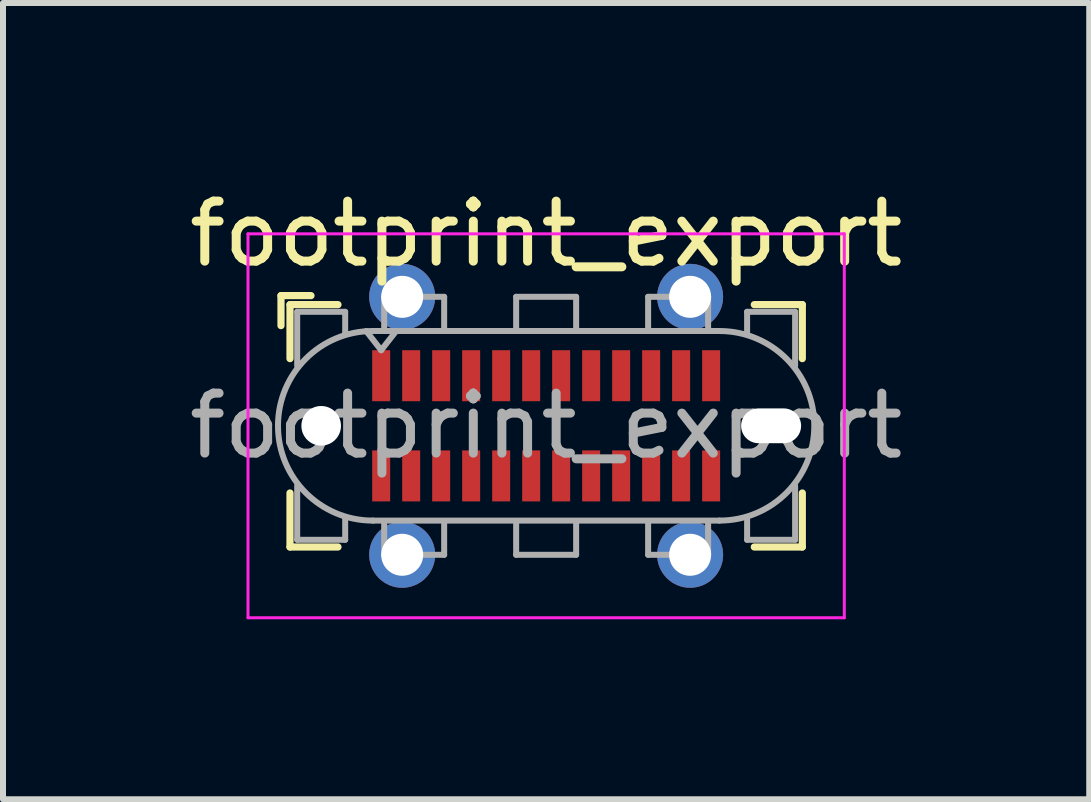
<source format=kicad_pcb>
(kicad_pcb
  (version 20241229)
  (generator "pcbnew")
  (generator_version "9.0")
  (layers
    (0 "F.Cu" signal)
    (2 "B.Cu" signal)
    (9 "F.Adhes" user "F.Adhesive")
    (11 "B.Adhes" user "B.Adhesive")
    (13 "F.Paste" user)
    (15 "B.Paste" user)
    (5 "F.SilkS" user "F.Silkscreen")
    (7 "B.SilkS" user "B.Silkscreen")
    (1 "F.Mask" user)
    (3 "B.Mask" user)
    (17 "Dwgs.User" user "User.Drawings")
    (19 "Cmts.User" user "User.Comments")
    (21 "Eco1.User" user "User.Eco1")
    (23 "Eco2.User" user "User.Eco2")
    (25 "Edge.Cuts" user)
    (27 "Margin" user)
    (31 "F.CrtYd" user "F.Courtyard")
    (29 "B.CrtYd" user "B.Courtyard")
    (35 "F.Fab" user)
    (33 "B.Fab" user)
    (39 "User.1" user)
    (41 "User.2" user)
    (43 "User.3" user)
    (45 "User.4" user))
  (footprint "footprint_export"
    (layer "F.Cu")
    (at 6.054 4.048)
    (property "Reference" "footprint_export" (at 0 -3.2 0) (layer "F.SilkS") (effects (font (size 1 1) (thickness 0.15))))
    (attr smd)
    (fp_line (start -4.42 -2.17) (end -4.42 -1.67) (stroke (width 0.12) (type solid)) (layer "F.SilkS"))
    (fp_line (start -4.42 -2.17) (end -3.92 -2.17) (stroke (width 0.12) (type solid)) (layer "F.SilkS"))
    (fp_line (start -4.27 -2.02) (end -4.27 -1.12) (stroke (width 0.12) (type solid)) (layer "F.SilkS"))
    (fp_line (start -4.27 -2.02) (end -3.47 -2.02) (stroke (width 0.12) (type solid)) (layer "F.SilkS"))
    (fp_line (start -4.27 2.02) (end -4.27 1.12) (stroke (width 0.12) (type solid)) (layer "F.SilkS"))
    (fp_line (start -4.27 2.02) (end -3.47 2.02) (stroke (width 0.12) (type solid)) (layer "F.SilkS"))
    (fp_line (start 4.27 -2.02) (end 3.47 -2.02) (stroke (width 0.12) (type solid)) (layer "F.SilkS"))
    (fp_line (start 4.27 -2.02) (end 4.27 -1.12) (stroke (width 0.12) (type solid)) (layer "F.SilkS"))
    (fp_line (start 4.27 2.02) (end 3.47 2.02) (stroke (width 0.12) (type solid)) (layer "F.SilkS"))
    (fp_line (start 4.27 2.02) (end 4.27 1.12) (stroke (width 0.12) (type solid)) (layer "F.SilkS"))
    (fp_line (start -4.97 -3.2) (end -4.97 3.2) (stroke (width 0.05) (type solid)) (layer "F.CrtYd"))
    (fp_line (start -4.97 3.2) (end 4.97 3.2) (stroke (width 0.05) (type solid)) (layer "F.CrtYd"))
    (fp_line (start 4.97 -3.2) (end -4.97 -3.2) (stroke (width 0.05) (type solid)) (layer "F.CrtYd"))
    (fp_line (start 4.97 3.2) (end 4.97 -3.2) (stroke (width 0.05) (type solid)) (layer "F.CrtYd"))
    (fp_line (start -4.15 -1.9) (end -4.15 -1) (stroke (width 0.1) (type solid)) (layer "F.Fab"))
    (fp_line (start -4.15 -1.9) (end -3.35 -1.9) (stroke (width 0.1) (type solid)) (layer "F.Fab"))
    (fp_line (start -4.15 1.9) (end -4.15 1) (stroke (width 0.1) (type solid)) (layer "F.Fab"))
    (fp_line (start -4.15 1.9) (end -3.35 1.9) (stroke (width 0.1) (type solid)) (layer "F.Fab"))
    (fp_line (start -3.35 -1.9) (end -3.35 -1.55) (stroke (width 0.1) (type solid)) (layer "F.Fab"))
    (fp_line (start -3.35 1.9) (end -3.35 1.55) (stroke (width 0.1) (type solid)) (layer "F.Fab"))
    (fp_line (start -2.89 1.58) (end 2.89 1.58) (stroke (width 0.1) (type solid)) (layer "F.Fab"))
    (fp_line (start -2.75 -1.26) (end -3 -1.58) (stroke (width 0.1) (type solid)) (layer "F.Fab"))
    (fp_line (start -2.7 -2.15) (end -1.7 -2.15) (stroke (width 0.1) (type solid)) (layer "F.Fab"))
    (fp_line (start -2.7 -1.6) (end -2.7 -2.15) (stroke (width 0.1) (type solid)) (layer "F.Fab"))
    (fp_line (start -2.7 1.6) (end -2.7 2.15) (stroke (width 0.1) (type solid)) (layer "F.Fab"))
    (fp_line (start -2.7 2.15) (end -1.7 2.15) (stroke (width 0.1) (type solid)) (layer "F.Fab"))
    (fp_line (start -2.5 -1.58) (end -2.75 -1.26) (stroke (width 0.1) (type solid)) (layer "F.Fab"))
    (fp_line (start -1.7 -2.15) (end -1.7 -1.6) (stroke (width 0.1) (type solid)) (layer "F.Fab"))
    (fp_line (start -1.7 2.15) (end -1.7 1.6) (stroke (width 0.1) (type solid)) (layer "F.Fab"))
    (fp_line (start -0.5 -2.15) (end 0.5 -2.15) (stroke (width 0.1) (type solid)) (layer "F.Fab"))
    (fp_line (start -0.5 -1.6) (end -0.5 -2.15) (stroke (width 0.1) (type solid)) (layer "F.Fab"))
    (fp_line (start -0.5 2.15) (end -0.5 1.6) (stroke (width 0.1) (type solid)) (layer "F.Fab"))
    (fp_line (start 0.5 -2.15) (end 0.5 -1.6) (stroke (width 0.1) (type solid)) (layer "F.Fab"))
    (fp_line (start 0.5 1.6) (end 0.5 2.15) (stroke (width 0.1) (type solid)) (layer "F.Fab"))
    (fp_line (start 0.5 2.15) (end -0.5 2.15) (stroke (width 0.1) (type solid)) (layer "F.Fab"))
    (fp_line (start 1.7 -2.15) (end 1.7 -1.6) (stroke (width 0.1) (type solid)) (layer "F.Fab"))
    (fp_line (start 1.7 2.15) (end 1.7 1.6) (stroke (width 0.1) (type solid)) (layer "F.Fab"))
    (fp_line (start 2.7 -2.15) (end 1.7 -2.15) (stroke (width 0.1) (type solid)) (layer "F.Fab"))
    (fp_line (start 2.7 -1.6) (end 2.7 -2.15) (stroke (width 0.1) (type solid)) (layer "F.Fab"))
    (fp_line (start 2.7 1.6) (end 2.7 2.15) (stroke (width 0.1) (type solid)) (layer "F.Fab"))
    (fp_line (start 2.7 2.15) (end 1.7 2.15) (stroke (width 0.1) (type solid)) (layer "F.Fab"))
    (fp_line (start 2.89 -1.58) (end -2.89 -1.58) (stroke (width 0.1) (type solid)) (layer "F.Fab"))
    (fp_line (start 3.35 -1.9) (end 3.35 -1.55) (stroke (width 0.1) (type solid)) (layer "F.Fab"))
    (fp_line (start 3.35 1.9) (end 3.35 1.55) (stroke (width 0.1) (type solid)) (layer "F.Fab"))
    (fp_line (start 4.15 -1.9) (end 3.35 -1.9) (stroke (width 0.1) (type solid)) (layer "F.Fab"))
    (fp_line (start 4.15 -1.9) (end 4.15 -1) (stroke (width 0.1) (type solid)) (layer "F.Fab"))
    (fp_line (start 4.15 1.9) (end 3.35 1.9) (stroke (width 0.1) (type solid)) (layer "F.Fab"))
    (fp_line (start 4.15 1.9) (end 4.15 1) (stroke (width 0.1) (type solid)) (layer "F.Fab"))
    (fp_arc (start -2.89 1.58) (mid -4.47 0) (end -2.89 -1.58) (stroke (width 0.1) (type solid)) (layer "F.Fab"))
    (fp_arc (start 2.89 -1.58) (mid 4.47 0) (end 2.89 1.58) (stroke (width 0.1) (type solid)) (layer "F.Fab"))
    (fp_text user "${REFERENCE}" (at 0 0 0) (unlocked yes) (layer "F.Fab") (effects (font (size 1 1) (thickness 0.15))))
    (pad "" np_thru_hole circle (at -3.75 0) (size 0.66 0.66) (drill 0.66) (layers "*.Cu" "*.Mask"))
    (pad "" np_thru_hole oval (at 3.75 0) (size 1 0.58) (drill oval 1 0.58) (layers "*.Cu" "*.Mask"))
    (pad "A1" smd rect (at -2.75 -0.835) (size 0.3 0.85) (layers "F.Cu" "F.Mask" "F.Paste"))
    (pad "A2" smd rect (at -2.25 -0.835) (size 0.3 0.85) (layers "F.Cu" "F.Mask" "F.Paste"))
    (pad "A3" smd rect (at -1.75 -0.835) (size 0.3 0.85) (layers "F.Cu" "F.Mask" "F.Paste"))
    (pad "A4" smd rect (at -1.25 -0.835) (size 0.3 0.85) (layers "F.Cu" "F.Mask" "F.Paste"))
    (pad "A5" smd rect (at -0.75 -0.835) (size 0.3 0.85) (layers "F.Cu" "F.Mask" "F.Paste"))
    (pad "A6" smd rect (at -0.25 -0.835) (size 0.3 0.85) (layers "F.Cu" "F.Mask" "F.Paste"))
    (pad "A7" smd rect (at 0.25 -0.835) (size 0.3 0.85) (layers "F.Cu" "F.Mask" "F.Paste"))
    (pad "A8" smd rect (at 0.75 -0.835) (size 0.3 0.85) (layers "F.Cu" "F.Mask" "F.Paste"))
    (pad "A9" smd rect (at 1.25 -0.835) (size 0.3 0.85) (layers "F.Cu" "F.Mask" "F.Paste"))
    (pad "A10" smd rect (at 1.75 -0.835) (size 0.3 0.85) (layers "F.Cu" "F.Mask" "F.Paste"))
    (pad "A11" smd rect (at 2.25 -0.835) (size 0.3 0.85) (layers "F.Cu" "F.Mask" "F.Paste"))
    (pad "A12" smd rect (at 2.75 -0.835) (size 0.3 0.85) (layers "F.Cu" "F.Mask" "F.Paste"))
    (pad "B1" smd rect (at 2.75 0.835) (size 0.3 0.85) (layers "F.Cu" "F.Mask" "F.Paste"))
    (pad "B2" smd rect (at 2.25 0.835) (size 0.3 0.85) (layers "F.Cu" "F.Mask" "F.Paste"))
    (pad "B3" smd rect (at 1.75 0.835) (size 0.3 0.85) (layers "F.Cu" "F.Mask" "F.Paste"))
    (pad "B4" smd rect (at 1.25 0.835) (size 0.3 0.85) (layers "F.Cu" "F.Mask" "F.Paste"))
    (pad "B5" smd rect (at 0.75 0.835) (size 0.3 0.85) (layers "F.Cu" "F.Mask" "F.Paste"))
    (pad "B6" smd rect (at 0.25 0.835) (size 0.3 0.85) (layers "F.Cu" "F.Mask" "F.Paste"))
    (pad "B7" smd rect (at -0.25 0.835) (size 0.3 0.85) (layers "F.Cu" "F.Mask" "F.Paste"))
    (pad "B8" smd rect (at -0.75 0.835) (size 0.3 0.85) (layers "F.Cu" "F.Mask" "F.Paste"))
    (pad "B9" smd rect (at -1.25 0.835) (size 0.3 0.85) (layers "F.Cu" "F.Mask" "F.Paste"))
    (pad "B10" smd rect (at -1.75 0.835) (size 0.3 0.85) (layers "F.Cu" "F.Mask" "F.Paste"))
    (pad "B11" smd rect (at -2.25 0.835) (size 0.3 0.85) (layers "F.Cu" "F.Mask" "F.Paste"))
    (pad "B12" smd rect (at -2.75 0.835) (size 0.3 0.85) (layers "F.Cu" "F.Mask" "F.Paste"))
    (pad "S1" thru_hole circle (at -2.4 -2.15) (size 1.1 1.1) (drill 0.7) (layers "*.Cu" "*.Mask" "F.Paste"))
    (pad "S1" thru_hole circle (at -2.4 2.15) (size 1.1 1.1) (drill 0.7) (layers "*.Cu" "*.Mask" "F.Paste"))
    (pad "S1" thru_hole circle (at 2.4 -2.15) (size 1.1 1.1) (drill 0.7) (layers "*.Cu" "*.Mask" "F.Paste"))
    (pad "S1" thru_hole circle (at 2.4 2.15) (size 1.1 1.1) (drill 0.7) (layers "*.Cu" "*.Mask" "F.Paste"))
    (zone (net_name "") (layer "F.Cu") (name "peg") (hatch full 0.508) (connect_pads) (min_thickness 0.254) (filled_areas_thickness no) (keepout (tracks allowed) (vias allowed) (pads not_allowed) (copperpour not_allowed) (footprints not_allowed)) (placement (enabled no)) (fill) (polygon (pts (xy 6.854 2.248) (xy 5.254 2.248) (xy 5.254 1.548) (xy 6.854 1.548))))
    (zone (net_name "") (layer "F.Cu") (name "peg") (hatch full 0.508) (connect_pads) (min_thickness 0.254) (filled_areas_thickness no) (keepout (tracks allowed) (vias allowed) (pads not_allowed) (copperpour not_allowed) (footprints not_allowed)) (placement (enabled no)) (fill) (polygon (pts (xy 6.854 6.548) (xy 5.254 6.548) (xy 5.254 5.848) (xy 6.854 5.848)))))
  (gr_rect
    (start -3 -3)
    (end 15.107 10.273)
    (stroke (width 0.1) (type default))
    (fill no)
    (layer "Edge.Cuts")))
</source>
